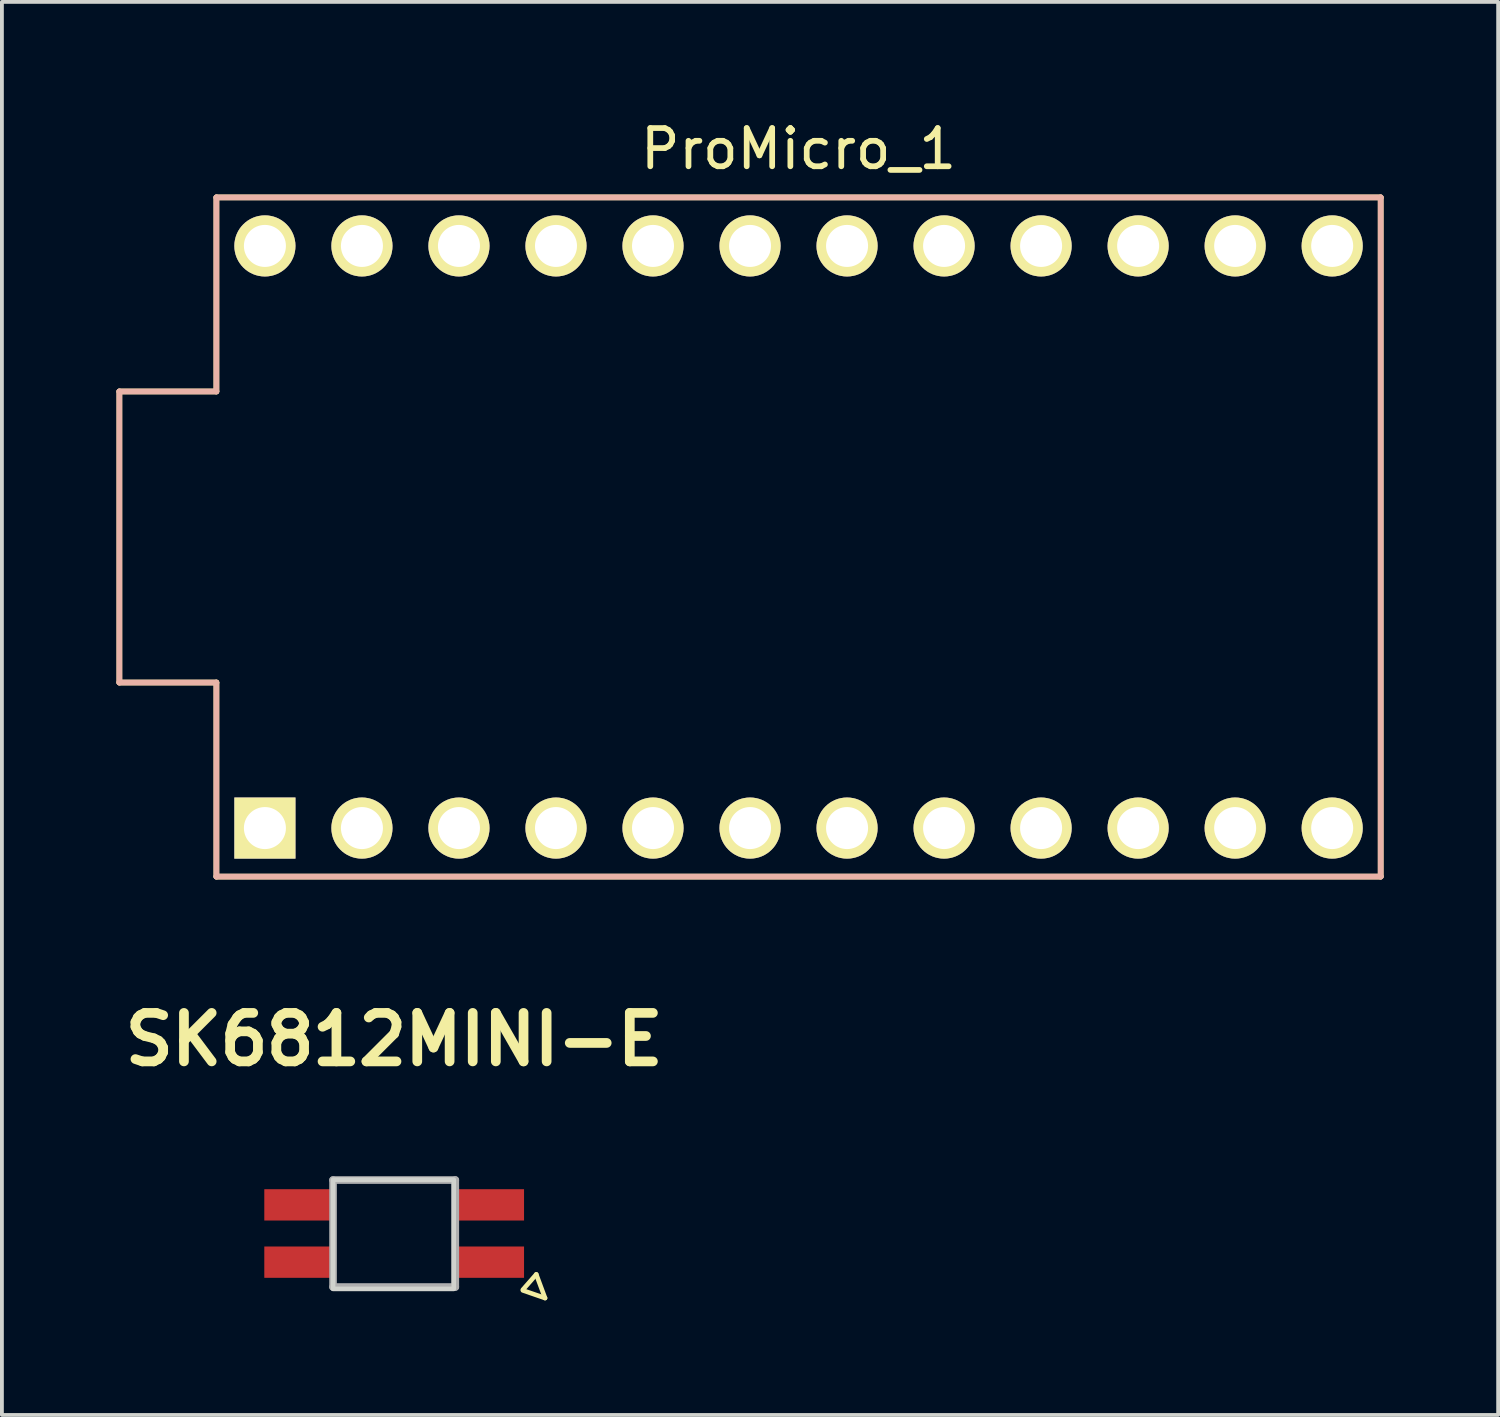
<source format=kicad_pcb>
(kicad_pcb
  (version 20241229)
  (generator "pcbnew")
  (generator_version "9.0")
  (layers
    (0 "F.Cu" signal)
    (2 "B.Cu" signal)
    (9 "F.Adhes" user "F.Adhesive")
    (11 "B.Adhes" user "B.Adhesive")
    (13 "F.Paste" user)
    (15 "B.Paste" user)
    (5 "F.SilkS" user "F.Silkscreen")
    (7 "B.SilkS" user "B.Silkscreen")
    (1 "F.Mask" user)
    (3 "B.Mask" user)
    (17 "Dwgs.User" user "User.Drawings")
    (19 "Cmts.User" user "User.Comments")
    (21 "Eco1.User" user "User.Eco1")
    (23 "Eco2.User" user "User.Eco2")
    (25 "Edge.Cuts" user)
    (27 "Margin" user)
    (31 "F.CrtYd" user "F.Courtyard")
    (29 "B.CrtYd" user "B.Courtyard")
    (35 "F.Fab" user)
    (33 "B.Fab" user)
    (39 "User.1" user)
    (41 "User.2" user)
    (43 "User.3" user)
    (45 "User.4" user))
  (footprint "ProMicro_1"
    (layer "F.Cu")
    (at 17.855 11.008)
    (property "Reference" "ProMicro_1" (at 0 -10.16 0) (layer "F.SilkS") (effects (font (size 1 1) (thickness 0.15))))
    (attr through_hole)
    (fp_line (start -17.78 -3.81) (end -15.24 -3.81) (stroke (width 0.15) (type solid)) (layer "F.SilkS"))
    (fp_line (start -17.78 3.81) (end -17.78 -3.81) (stroke (width 0.15) (type solid)) (layer "F.SilkS"))
    (fp_line (start -15.24 -8.89) (end 15.24 -8.89) (stroke (width 0.15) (type solid)) (layer "F.SilkS"))
    (fp_line (start -15.24 -3.81) (end -15.24 -8.89) (stroke (width 0.15) (type solid)) (layer "F.SilkS"))
    (fp_line (start -15.24 3.81) (end -17.78 3.81) (stroke (width 0.15) (type solid)) (layer "F.SilkS"))
    (fp_line (start -15.24 8.89) (end -15.24 3.81) (stroke (width 0.15) (type solid)) (layer "F.SilkS"))
    (fp_line (start -15.24 8.89) (end 15.24 8.89) (stroke (width 0.15) (type solid)) (layer "F.SilkS"))
    (fp_line (start 15.24 -8.89) (end 15.24 8.89) (stroke (width 0.15) (type solid)) (layer "F.SilkS"))
    (fp_line (start -17.78 -3.81) (end -15.24 -3.81) (stroke (width 0.15) (type solid)) (layer "B.SilkS"))
    (fp_line (start -17.78 3.81) (end -17.78 -3.81) (stroke (width 0.15) (type solid)) (layer "B.SilkS"))
    (fp_line (start -15.24 -8.89) (end 15.24 -8.89) (stroke (width 0.15) (type solid)) (layer "B.SilkS"))
    (fp_line (start -15.24 -3.81) (end -15.24 -8.89) (stroke (width 0.15) (type solid)) (layer "B.SilkS"))
    (fp_line (start -15.24 3.81) (end -17.78 3.81) (stroke (width 0.15) (type solid)) (layer "B.SilkS"))
    (fp_line (start -15.24 8.89) (end -15.24 3.81) (stroke (width 0.15) (type solid)) (layer "B.SilkS"))
    (fp_line (start 15.24 -8.89) (end 15.24 8.89) (stroke (width 0.15) (type solid)) (layer "B.SilkS"))
    (fp_line (start 15.24 8.89) (end -15.24 8.89) (stroke (width 0.15) (type solid)) (layer "B.SilkS"))
    (pad "1" thru_hole rect (at -13.97 7.62) (size 1.6 1.6) (drill 1.1) (layers "*.Cu" "*.Mask" "F.SilkS"))
    (pad "2" thru_hole circle (at -11.43 7.62) (size 1.6 1.6) (drill 1.1) (layers "*.Cu" "*.Mask" "F.SilkS"))
    (pad "3" thru_hole circle (at -8.89 7.62) (size 1.6 1.6) (drill 1.1) (layers "*.Cu" "*.Mask" "F.SilkS"))
    (pad "4" thru_hole circle (at -6.35 7.62) (size 1.6 1.6) (drill 1.1) (layers "*.Cu" "*.Mask" "F.SilkS"))
    (pad "5" thru_hole circle (at -3.81 7.62) (size 1.6 1.6) (drill 1.1) (layers "*.Cu" "*.Mask" "F.SilkS"))
    (pad "6" thru_hole circle (at -1.27 7.62) (size 1.6 1.6) (drill 1.1) (layers "*.Cu" "*.Mask" "F.SilkS"))
    (pad "7" thru_hole circle (at 1.27 7.62) (size 1.6 1.6) (drill 1.1) (layers "*.Cu" "*.Mask" "F.SilkS"))
    (pad "8" thru_hole circle (at 3.81 7.62) (size 1.6 1.6) (drill 1.1) (layers "*.Cu" "*.Mask" "F.SilkS"))
    (pad "9" thru_hole circle (at 6.35 7.62) (size 1.6 1.6) (drill 1.1) (layers "*.Cu" "*.Mask" "F.SilkS"))
    (pad "10" thru_hole circle (at 8.89 7.62) (size 1.6 1.6) (drill 1.1) (layers "*.Cu" "*.Mask" "F.SilkS"))
    (pad "11" thru_hole circle (at 11.43 7.62) (size 1.6 1.6) (drill 1.1) (layers "*.Cu" "*.Mask" "F.SilkS"))
    (pad "12" thru_hole circle (at 13.97 7.62) (size 1.6 1.6) (drill 1.1) (layers "*.Cu" "*.Mask" "F.SilkS"))
    (pad "13" thru_hole circle (at 13.97 -7.62) (size 1.6 1.6) (drill 1.1) (layers "*.Cu" "*.Mask" "F.SilkS"))
    (pad "14" thru_hole circle (at 11.43 -7.62) (size 1.6 1.6) (drill 1.1) (layers "*.Cu" "*.Mask" "F.SilkS"))
    (pad "15" thru_hole circle (at 8.89 -7.62) (size 1.6 1.6) (drill 1.1) (layers "*.Cu" "*.Mask" "F.SilkS"))
    (pad "16" thru_hole circle (at 6.35 -7.62) (size 1.6 1.6) (drill 1.1) (layers "*.Cu" "*.Mask" "F.SilkS"))
    (pad "17" thru_hole circle (at 3.81 -7.62) (size 1.6 1.6) (drill 1.1) (layers "*.Cu" "*.Mask" "F.SilkS"))
    (pad "18" thru_hole circle (at 1.27 -7.62) (size 1.6 1.6) (drill 1.1) (layers "*.Cu" "*.Mask" "F.SilkS"))
    (pad "19" thru_hole circle (at -1.27 -7.62) (size 1.6 1.6) (drill 1.1) (layers "*.Cu" "*.Mask" "F.SilkS"))
    (pad "20" thru_hole circle (at -3.81 -7.62) (size 1.6 1.6) (drill 1.1) (layers "*.Cu" "*.Mask" "F.SilkS"))
    (pad "21" thru_hole circle (at -6.35 -7.62) (size 1.6 1.6) (drill 1.1) (layers "*.Cu" "*.Mask" "F.SilkS"))
    (pad "22" thru_hole circle (at -8.89 -7.62) (size 1.6 1.6) (drill 1.1) (layers "*.Cu" "*.Mask" "F.SilkS"))
    (pad "23" thru_hole circle (at -11.43 -7.62) (size 1.6 1.6) (drill 1.1) (layers "*.Cu" "*.Mask" "F.SilkS"))
    (pad "24" thru_hole circle (at -13.97 -7.62) (size 1.6 1.6) (drill 1.1) (layers "*.Cu" "*.Mask" "F.SilkS")))
  (footprint "SK6812MINI-E"
    (layer "F.Cu")
    (at 7.269 29.242)
    (property "Reference" "SK6812MINI-E" (at 0 -5.08 0) (layer "F.SilkS") (effects (font (size 1.27 1.27) (thickness 0.254))))
    (attr smd)
    (fp_line (start -1.25 1.4) (end -1.25 1.4) (stroke (width 0.1) (type solid)) (layer "F.SilkS"))
    (fp_line (start -1.25 1.4) (end 1.25 1.4) (stroke (width 0.1) (type solid)) (layer "F.SilkS"))
    (fp_line (start 1.25 1.4) (end -1.25 1.4) (stroke (width 0.1) (type solid)) (layer "F.SilkS"))
    (fp_line (start 1.25 1.4) (end 1.25 1.4) (stroke (width 0.1) (type solid)) (layer "F.SilkS"))
    (fp_line (start 3.37 1.47) (end 3.72 1.07) (stroke (width 0.12) (type solid)) (layer "F.SilkS"))
    (fp_line (start 3.72 1.07) (end 3.95 1.69) (stroke (width 0.12) (type solid)) (layer "F.SilkS"))
    (fp_line (start 3.95 1.69) (end 3.37 1.49) (stroke (width 0.12) (type solid)) (layer "F.SilkS"))
    (fp_rect (start -1.6 -1.41) (end 1.56 1.45) (stroke (width 0.12) (type solid)) (fill no) (layer "Edge.Cuts"))
    (fp_line (start -1.6 -1.4) (end -1.6 1.4) (stroke (width 0.2) (type solid)) (layer "F.Fab"))
    (fp_line (start -1.6 1.4) (end 1.6 1.4) (stroke (width 0.2) (type solid)) (layer "F.Fab"))
    (fp_line (start 1.6 -1.4) (end -1.6 -1.4) (stroke (width 0.2) (type solid)) (layer "F.Fab"))
    (fp_line (start 1.6 1.4) (end 1.6 -1.4) (stroke (width 0.2) (type solid)) (layer "F.Fab"))
    (pad "1" smd rect (at -2.5 -0.75 90) (size 0.82 1.8) (layers "F.Cu" "F.Mask" "F.Paste"))
    (pad "2" smd rect (at -2.5 0.75 90) (size 0.82 1.8) (layers "F.Cu" "F.Mask" "F.Paste"))
    (pad "3" smd rect (at 2.5 0.75 90) (size 0.82 1.8) (layers "F.Cu" "F.Mask" "F.Paste"))
    (pad "4" smd rect (at 2.5 -0.75 90) (size 0.82 1.8) (layers "F.Cu" "F.Mask" "F.Paste")))
  (gr_rect
    (start -3 -3)
    (end 36.17 33.992)
    (stroke (width 0.1) (type default))
    (fill no)
    (layer "Edge.Cuts")))
</source>
